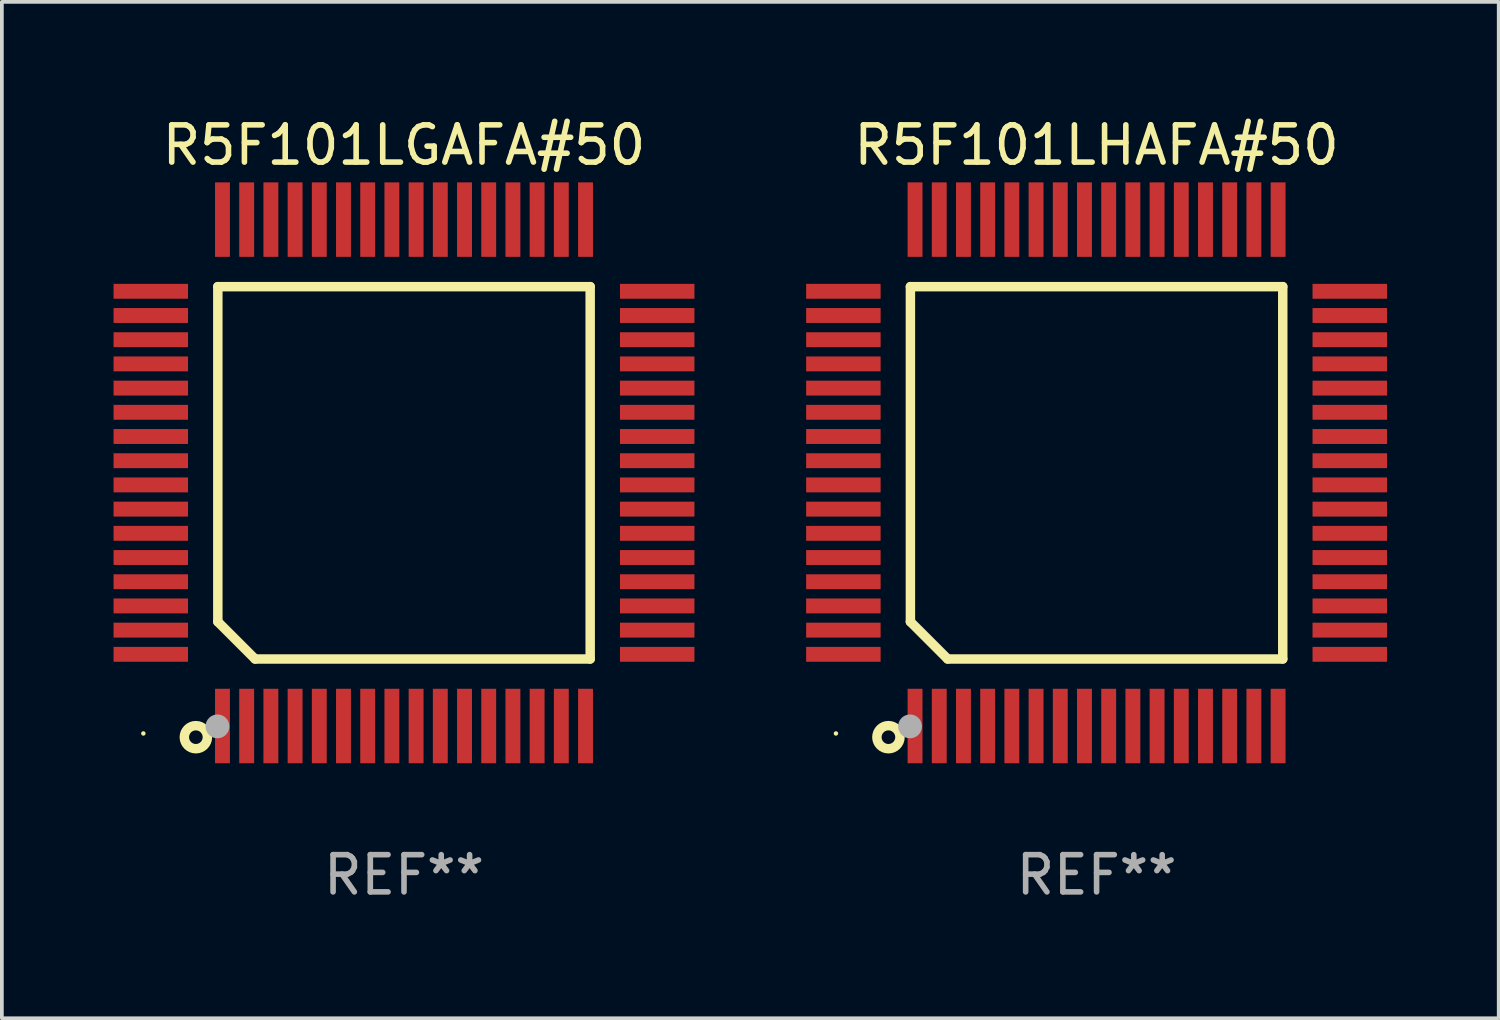
<source format=kicad_pcb>
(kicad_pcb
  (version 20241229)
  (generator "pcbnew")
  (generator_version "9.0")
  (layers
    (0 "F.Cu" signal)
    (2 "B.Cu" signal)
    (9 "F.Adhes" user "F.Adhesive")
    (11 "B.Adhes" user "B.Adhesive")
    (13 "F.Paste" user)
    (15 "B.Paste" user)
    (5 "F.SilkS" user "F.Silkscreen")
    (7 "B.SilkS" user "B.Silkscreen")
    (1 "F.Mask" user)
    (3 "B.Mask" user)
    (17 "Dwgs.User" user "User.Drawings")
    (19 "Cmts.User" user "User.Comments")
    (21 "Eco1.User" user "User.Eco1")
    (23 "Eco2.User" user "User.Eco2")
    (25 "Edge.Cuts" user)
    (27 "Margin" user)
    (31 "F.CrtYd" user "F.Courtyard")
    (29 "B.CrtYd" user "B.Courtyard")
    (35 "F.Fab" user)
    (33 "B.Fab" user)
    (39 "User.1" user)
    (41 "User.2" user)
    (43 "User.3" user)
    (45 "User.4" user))
  (footprint "R5F101LGAFA#50"
    (layer "F.Cu")
    (at 7.8 9.648)
    (property "Reference" "R5F101LGAFA#50" (at 0 -8.8 0) (layer "F.SilkS") (effects (font (size 1 1) (thickness 0.15))))
    (attr through_hole)
    (fp_line (start -5 -5) (end 5 -5) (stroke (width 0.254) (type solid)) (layer "F.SilkS"))
    (fp_line (start -5 4) (end -5 -5) (stroke (width 0.254) (type solid)) (layer "F.SilkS"))
    (fp_line (start -4 5) (end -5 4) (stroke (width 0.254) (type solid)) (layer "F.SilkS"))
    (fp_line (start 5 -5) (end 5 5) (stroke (width 0.254) (type solid)) (layer "F.SilkS"))
    (fp_line (start 5 5) (end -4 5) (stroke (width 0.254) (type solid)) (layer "F.SilkS"))
    (fp_circle (center -7 7) (end -6.97 7) (stroke (width 0.06) (type solid)) (fill no) (layer "F.SilkS"))
    (fp_circle (center -5.59 7.1) (end -5.28 7.1) (stroke (width 0.254) (type solid)) (fill no) (layer "F.SilkS"))
    (fp_circle (center -5.01 6.81) (end -4.85 6.81) (stroke (width 0.32) (type solid)) (fill no) (layer "F.Fab"))
    (fp_text user "REF**" (at 0 10.8 0) (layer "F.Fab") (effects (font (size 1 1) (thickness 0.15))))
    (pad "1" smd rect (at -4.875 6.8) (size 0.4 2) (layers "F.Cu" "F.Mask" "F.Paste"))
    (pad "2" smd rect (at -4.225 6.8) (size 0.4 2) (layers "F.Cu" "F.Mask" "F.Paste"))
    (pad "3" smd rect (at -3.575 6.8) (size 0.4 2) (layers "F.Cu" "F.Mask" "F.Paste"))
    (pad "4" smd rect (at -2.925 6.8) (size 0.4 2) (layers "F.Cu" "F.Mask" "F.Paste"))
    (pad "5" smd rect (at -2.275 6.8) (size 0.4 2) (layers "F.Cu" "F.Mask" "F.Paste"))
    (pad "6" smd rect (at -1.625 6.8) (size 0.4 2) (layers "F.Cu" "F.Mask" "F.Paste"))
    (pad "7" smd rect (at -0.975 6.8) (size 0.4 2) (layers "F.Cu" "F.Mask" "F.Paste"))
    (pad "8" smd rect (at -0.325 6.8) (size 0.4 2) (layers "F.Cu" "F.Mask" "F.Paste"))
    (pad "9" smd rect (at 0.325 6.8) (size 0.4 2) (layers "F.Cu" "F.Mask" "F.Paste"))
    (pad "10" smd rect (at 0.975 6.8) (size 0.4 2) (layers "F.Cu" "F.Mask" "F.Paste"))
    (pad "11" smd rect (at 1.625 6.8) (size 0.4 2) (layers "F.Cu" "F.Mask" "F.Paste"))
    (pad "12" smd rect (at 2.275 6.8) (size 0.4 2) (layers "F.Cu" "F.Mask" "F.Paste"))
    (pad "13" smd rect (at 2.925 6.8) (size 0.4 2) (layers "F.Cu" "F.Mask" "F.Paste"))
    (pad "14" smd rect (at 3.575 6.8) (size 0.4 2) (layers "F.Cu" "F.Mask" "F.Paste"))
    (pad "15" smd rect (at 4.225 6.8) (size 0.4 2) (layers "F.Cu" "F.Mask" "F.Paste"))
    (pad "16" smd rect (at 4.875 6.8) (size 0.4 2) (layers "F.Cu" "F.Mask" "F.Paste"))
    (pad "17" smd rect (at 6.8 4.875) (size 2 0.4) (layers "F.Cu" "F.Mask" "F.Paste"))
    (pad "18" smd rect (at 6.8 4.225) (size 2 0.4) (layers "F.Cu" "F.Mask" "F.Paste"))
    (pad "19" smd rect (at 6.8 3.575) (size 2 0.4) (layers "F.Cu" "F.Mask" "F.Paste"))
    (pad "20" smd rect (at 6.8 2.925) (size 2 0.4) (layers "F.Cu" "F.Mask" "F.Paste"))
    (pad "21" smd rect (at 6.8 2.275) (size 2 0.4) (layers "F.Cu" "F.Mask" "F.Paste"))
    (pad "22" smd rect (at 6.8 1.625) (size 2 0.4) (layers "F.Cu" "F.Mask" "F.Paste"))
    (pad "23" smd rect (at 6.8 0.975) (size 2 0.4) (layers "F.Cu" "F.Mask" "F.Paste"))
    (pad "24" smd rect (at 6.8 0.325) (size 2 0.4) (layers "F.Cu" "F.Mask" "F.Paste"))
    (pad "25" smd rect (at 6.8 -0.325) (size 2 0.4) (layers "F.Cu" "F.Mask" "F.Paste"))
    (pad "26" smd rect (at 6.8 -0.975) (size 2 0.4) (layers "F.Cu" "F.Mask" "F.Paste"))
    (pad "27" smd rect (at 6.8 -1.625) (size 2 0.4) (layers "F.Cu" "F.Mask" "F.Paste"))
    (pad "28" smd rect (at 6.8 -2.275) (size 2 0.4) (layers "F.Cu" "F.Mask" "F.Paste"))
    (pad "29" smd rect (at 6.8 -2.925) (size 2 0.4) (layers "F.Cu" "F.Mask" "F.Paste"))
    (pad "30" smd rect (at 6.8 -3.575) (size 2 0.4) (layers "F.Cu" "F.Mask" "F.Paste"))
    (pad "31" smd rect (at 6.8 -4.225) (size 2 0.4) (layers "F.Cu" "F.Mask" "F.Paste"))
    (pad "32" smd rect (at 6.8 -4.875) (size 2 0.4) (layers "F.Cu" "F.Mask" "F.Paste"))
    (pad "33" smd rect (at 4.875 -6.8) (size 0.4 2) (layers "F.Cu" "F.Mask" "F.Paste"))
    (pad "34" smd rect (at 4.225 -6.8) (size 0.4 2) (layers "F.Cu" "F.Mask" "F.Paste"))
    (pad "35" smd rect (at 3.575 -6.8) (size 0.4 2) (layers "F.Cu" "F.Mask" "F.Paste"))
    (pad "36" smd rect (at 2.925 -6.8) (size 0.4 2) (layers "F.Cu" "F.Mask" "F.Paste"))
    (pad "37" smd rect (at 2.275 -6.8) (size 0.4 2) (layers "F.Cu" "F.Mask" "F.Paste"))
    (pad "38" smd rect (at 1.625 -6.8) (size 0.4 2) (layers "F.Cu" "F.Mask" "F.Paste"))
    (pad "39" smd rect (at 0.975 -6.8) (size 0.4 2) (layers "F.Cu" "F.Mask" "F.Paste"))
    (pad "40" smd rect (at 0.325 -6.8) (size 0.4 2) (layers "F.Cu" "F.Mask" "F.Paste"))
    (pad "41" smd rect (at -0.325 -6.8) (size 0.4 2) (layers "F.Cu" "F.Mask" "F.Paste"))
    (pad "42" smd rect (at -0.975 -6.8) (size 0.4 2) (layers "F.Cu" "F.Mask" "F.Paste"))
    (pad "43" smd rect (at -1.625 -6.8) (size 0.4 2) (layers "F.Cu" "F.Mask" "F.Paste"))
    (pad "44" smd rect (at -2.275 -6.8) (size 0.4 2) (layers "F.Cu" "F.Mask" "F.Paste"))
    (pad "45" smd rect (at -2.925 -6.8) (size 0.4 2) (layers "F.Cu" "F.Mask" "F.Paste"))
    (pad "46" smd rect (at -3.575 -6.8) (size 0.4 2) (layers "F.Cu" "F.Mask" "F.Paste"))
    (pad "47" smd rect (at -4.225 -6.8) (size 0.4 2) (layers "F.Cu" "F.Mask" "F.Paste"))
    (pad "48" smd rect (at -4.875 -6.8) (size 0.4 2) (layers "F.Cu" "F.Mask" "F.Paste"))
    (pad "49" smd rect (at -6.8 -4.875) (size 2 0.4) (layers "F.Cu" "F.Mask" "F.Paste"))
    (pad "50" smd rect (at -6.8 -4.225) (size 2 0.4) (layers "F.Cu" "F.Mask" "F.Paste"))
    (pad "51" smd rect (at -6.8 -3.575) (size 2 0.4) (layers "F.Cu" "F.Mask" "F.Paste"))
    (pad "52" smd rect (at -6.8 -2.925) (size 2 0.4) (layers "F.Cu" "F.Mask" "F.Paste"))
    (pad "53" smd rect (at -6.8 -2.275) (size 2 0.4) (layers "F.Cu" "F.Mask" "F.Paste"))
    (pad "54" smd rect (at -6.8 -1.625) (size 2 0.4) (layers "F.Cu" "F.Mask" "F.Paste"))
    (pad "55" smd rect (at -6.8 -0.975) (size 2 0.4) (layers "F.Cu" "F.Mask" "F.Paste"))
    (pad "56" smd rect (at -6.8 -0.325) (size 2 0.4) (layers "F.Cu" "F.Mask" "F.Paste"))
    (pad "57" smd rect (at -6.8 0.325) (size 2 0.4) (layers "F.Cu" "F.Mask" "F.Paste"))
    (pad "58" smd rect (at -6.8 0.975) (size 2 0.4) (layers "F.Cu" "F.Mask" "F.Paste"))
    (pad "59" smd rect (at -6.8 1.625) (size 2 0.4) (layers "F.Cu" "F.Mask" "F.Paste"))
    (pad "60" smd rect (at -6.8 2.275) (size 2 0.4) (layers "F.Cu" "F.Mask" "F.Paste"))
    (pad "61" smd rect (at -6.8 2.925) (size 2 0.4) (layers "F.Cu" "F.Mask" "F.Paste"))
    (pad "62" smd rect (at -6.8 3.575) (size 2 0.4) (layers "F.Cu" "F.Mask" "F.Paste"))
    (pad "63" smd rect (at -6.8 4.225) (size 2 0.4) (layers "F.Cu" "F.Mask" "F.Paste"))
    (pad "64" smd rect (at -6.8 4.875) (size 2 0.4) (layers "F.Cu" "F.Mask" "F.Paste")))
  (footprint "R5F101LHAFA#50"
    (layer "F.Cu")
    (at 26.4 9.648)
    (property "Reference" "R5F101LHAFA#50" (at 0 -8.8 0) (layer "F.SilkS") (effects (font (size 1 1) (thickness 0.15))))
    (attr through_hole)
    (fp_line (start -5 -5) (end 5 -5) (stroke (width 0.254) (type solid)) (layer "F.SilkS"))
    (fp_line (start -5 4) (end -5 -5) (stroke (width 0.254) (type solid)) (layer "F.SilkS"))
    (fp_line (start -4 5) (end -5 4) (stroke (width 0.254) (type solid)) (layer "F.SilkS"))
    (fp_line (start 5 -5) (end 5 5) (stroke (width 0.254) (type solid)) (layer "F.SilkS"))
    (fp_line (start 5 5) (end -4 5) (stroke (width 0.254) (type solid)) (layer "F.SilkS"))
    (fp_circle (center -7 7) (end -6.97 7) (stroke (width 0.06) (type solid)) (fill no) (layer "F.SilkS"))
    (fp_circle (center -5.59 7.1) (end -5.28 7.1) (stroke (width 0.254) (type solid)) (fill no) (layer "F.SilkS"))
    (fp_circle (center -5.01 6.81) (end -4.85 6.81) (stroke (width 0.32) (type solid)) (fill no) (layer "F.Fab"))
    (fp_text user "REF**" (at 0 10.8 0) (layer "F.Fab") (effects (font (size 1 1) (thickness 0.15))))
    (pad "1" smd rect (at -4.875 6.8) (size 0.4 2) (layers "F.Cu" "F.Mask" "F.Paste"))
    (pad "2" smd rect (at -4.225 6.8) (size 0.4 2) (layers "F.Cu" "F.Mask" "F.Paste"))
    (pad "3" smd rect (at -3.575 6.8) (size 0.4 2) (layers "F.Cu" "F.Mask" "F.Paste"))
    (pad "4" smd rect (at -2.925 6.8) (size 0.4 2) (layers "F.Cu" "F.Mask" "F.Paste"))
    (pad "5" smd rect (at -2.275 6.8) (size 0.4 2) (layers "F.Cu" "F.Mask" "F.Paste"))
    (pad "6" smd rect (at -1.625 6.8) (size 0.4 2) (layers "F.Cu" "F.Mask" "F.Paste"))
    (pad "7" smd rect (at -0.975 6.8) (size 0.4 2) (layers "F.Cu" "F.Mask" "F.Paste"))
    (pad "8" smd rect (at -0.325 6.8) (size 0.4 2) (layers "F.Cu" "F.Mask" "F.Paste"))
    (pad "9" smd rect (at 0.325 6.8) (size 0.4 2) (layers "F.Cu" "F.Mask" "F.Paste"))
    (pad "10" smd rect (at 0.975 6.8) (size 0.4 2) (layers "F.Cu" "F.Mask" "F.Paste"))
    (pad "11" smd rect (at 1.625 6.8) (size 0.4 2) (layers "F.Cu" "F.Mask" "F.Paste"))
    (pad "12" smd rect (at 2.275 6.8) (size 0.4 2) (layers "F.Cu" "F.Mask" "F.Paste"))
    (pad "13" smd rect (at 2.925 6.8) (size 0.4 2) (layers "F.Cu" "F.Mask" "F.Paste"))
    (pad "14" smd rect (at 3.575 6.8) (size 0.4 2) (layers "F.Cu" "F.Mask" "F.Paste"))
    (pad "15" smd rect (at 4.225 6.8) (size 0.4 2) (layers "F.Cu" "F.Mask" "F.Paste"))
    (pad "16" smd rect (at 4.875 6.8) (size 0.4 2) (layers "F.Cu" "F.Mask" "F.Paste"))
    (pad "17" smd rect (at 6.8 4.875) (size 2 0.4) (layers "F.Cu" "F.Mask" "F.Paste"))
    (pad "18" smd rect (at 6.8 4.225) (size 2 0.4) (layers "F.Cu" "F.Mask" "F.Paste"))
    (pad "19" smd rect (at 6.8 3.575) (size 2 0.4) (layers "F.Cu" "F.Mask" "F.Paste"))
    (pad "20" smd rect (at 6.8 2.925) (size 2 0.4) (layers "F.Cu" "F.Mask" "F.Paste"))
    (pad "21" smd rect (at 6.8 2.275) (size 2 0.4) (layers "F.Cu" "F.Mask" "F.Paste"))
    (pad "22" smd rect (at 6.8 1.625) (size 2 0.4) (layers "F.Cu" "F.Mask" "F.Paste"))
    (pad "23" smd rect (at 6.8 0.975) (size 2 0.4) (layers "F.Cu" "F.Mask" "F.Paste"))
    (pad "24" smd rect (at 6.8 0.325) (size 2 0.4) (layers "F.Cu" "F.Mask" "F.Paste"))
    (pad "25" smd rect (at 6.8 -0.325) (size 2 0.4) (layers "F.Cu" "F.Mask" "F.Paste"))
    (pad "26" smd rect (at 6.8 -0.975) (size 2 0.4) (layers "F.Cu" "F.Mask" "F.Paste"))
    (pad "27" smd rect (at 6.8 -1.625) (size 2 0.4) (layers "F.Cu" "F.Mask" "F.Paste"))
    (pad "28" smd rect (at 6.8 -2.275) (size 2 0.4) (layers "F.Cu" "F.Mask" "F.Paste"))
    (pad "29" smd rect (at 6.8 -2.925) (size 2 0.4) (layers "F.Cu" "F.Mask" "F.Paste"))
    (pad "30" smd rect (at 6.8 -3.575) (size 2 0.4) (layers "F.Cu" "F.Mask" "F.Paste"))
    (pad "31" smd rect (at 6.8 -4.225) (size 2 0.4) (layers "F.Cu" "F.Mask" "F.Paste"))
    (pad "32" smd rect (at 6.8 -4.875) (size 2 0.4) (layers "F.Cu" "F.Mask" "F.Paste"))
    (pad "33" smd rect (at 4.875 -6.8) (size 0.4 2) (layers "F.Cu" "F.Mask" "F.Paste"))
    (pad "34" smd rect (at 4.225 -6.8) (size 0.4 2) (layers "F.Cu" "F.Mask" "F.Paste"))
    (pad "35" smd rect (at 3.575 -6.8) (size 0.4 2) (layers "F.Cu" "F.Mask" "F.Paste"))
    (pad "36" smd rect (at 2.925 -6.8) (size 0.4 2) (layers "F.Cu" "F.Mask" "F.Paste"))
    (pad "37" smd rect (at 2.275 -6.8) (size 0.4 2) (layers "F.Cu" "F.Mask" "F.Paste"))
    (pad "38" smd rect (at 1.625 -6.8) (size 0.4 2) (layers "F.Cu" "F.Mask" "F.Paste"))
    (pad "39" smd rect (at 0.975 -6.8) (size 0.4 2) (layers "F.Cu" "F.Mask" "F.Paste"))
    (pad "40" smd rect (at 0.325 -6.8) (size 0.4 2) (layers "F.Cu" "F.Mask" "F.Paste"))
    (pad "41" smd rect (at -0.325 -6.8) (size 0.4 2) (layers "F.Cu" "F.Mask" "F.Paste"))
    (pad "42" smd rect (at -0.975 -6.8) (size 0.4 2) (layers "F.Cu" "F.Mask" "F.Paste"))
    (pad "43" smd rect (at -1.625 -6.8) (size 0.4 2) (layers "F.Cu" "F.Mask" "F.Paste"))
    (pad "44" smd rect (at -2.275 -6.8) (size 0.4 2) (layers "F.Cu" "F.Mask" "F.Paste"))
    (pad "45" smd rect (at -2.925 -6.8) (size 0.4 2) (layers "F.Cu" "F.Mask" "F.Paste"))
    (pad "46" smd rect (at -3.575 -6.8) (size 0.4 2) (layers "F.Cu" "F.Mask" "F.Paste"))
    (pad "47" smd rect (at -4.225 -6.8) (size 0.4 2) (layers "F.Cu" "F.Mask" "F.Paste"))
    (pad "48" smd rect (at -4.875 -6.8) (size 0.4 2) (layers "F.Cu" "F.Mask" "F.Paste"))
    (pad "49" smd rect (at -6.8 -4.875) (size 2 0.4) (layers "F.Cu" "F.Mask" "F.Paste"))
    (pad "50" smd rect (at -6.8 -4.225) (size 2 0.4) (layers "F.Cu" "F.Mask" "F.Paste"))
    (pad "51" smd rect (at -6.8 -3.575) (size 2 0.4) (layers "F.Cu" "F.Mask" "F.Paste"))
    (pad "52" smd rect (at -6.8 -2.925) (size 2 0.4) (layers "F.Cu" "F.Mask" "F.Paste"))
    (pad "53" smd rect (at -6.8 -2.275) (size 2 0.4) (layers "F.Cu" "F.Mask" "F.Paste"))
    (pad "54" smd rect (at -6.8 -1.625) (size 2 0.4) (layers "F.Cu" "F.Mask" "F.Paste"))
    (pad "55" smd rect (at -6.8 -0.975) (size 2 0.4) (layers "F.Cu" "F.Mask" "F.Paste"))
    (pad "56" smd rect (at -6.8 -0.325) (size 2 0.4) (layers "F.Cu" "F.Mask" "F.Paste"))
    (pad "57" smd rect (at -6.8 0.325) (size 2 0.4) (layers "F.Cu" "F.Mask" "F.Paste"))
    (pad "58" smd rect (at -6.8 0.975) (size 2 0.4) (layers "F.Cu" "F.Mask" "F.Paste"))
    (pad "59" smd rect (at -6.8 1.625) (size 2 0.4) (layers "F.Cu" "F.Mask" "F.Paste"))
    (pad "60" smd rect (at -6.8 2.275) (size 2 0.4) (layers "F.Cu" "F.Mask" "F.Paste"))
    (pad "61" smd rect (at -6.8 2.925) (size 2 0.4) (layers "F.Cu" "F.Mask" "F.Paste"))
    (pad "62" smd rect (at -6.8 3.575) (size 2 0.4) (layers "F.Cu" "F.Mask" "F.Paste"))
    (pad "63" smd rect (at -6.8 4.225) (size 2 0.4) (layers "F.Cu" "F.Mask" "F.Paste"))
    (pad "64" smd rect (at -6.8 4.875) (size 2 0.4) (layers "F.Cu" "F.Mask" "F.Paste")))
  (gr_rect
    (start -3 -3)
    (end 37.2 24.297)
    (stroke (width 0.1) (type default))
    (fill no)
    (layer "Edge.Cuts")))
</source>
